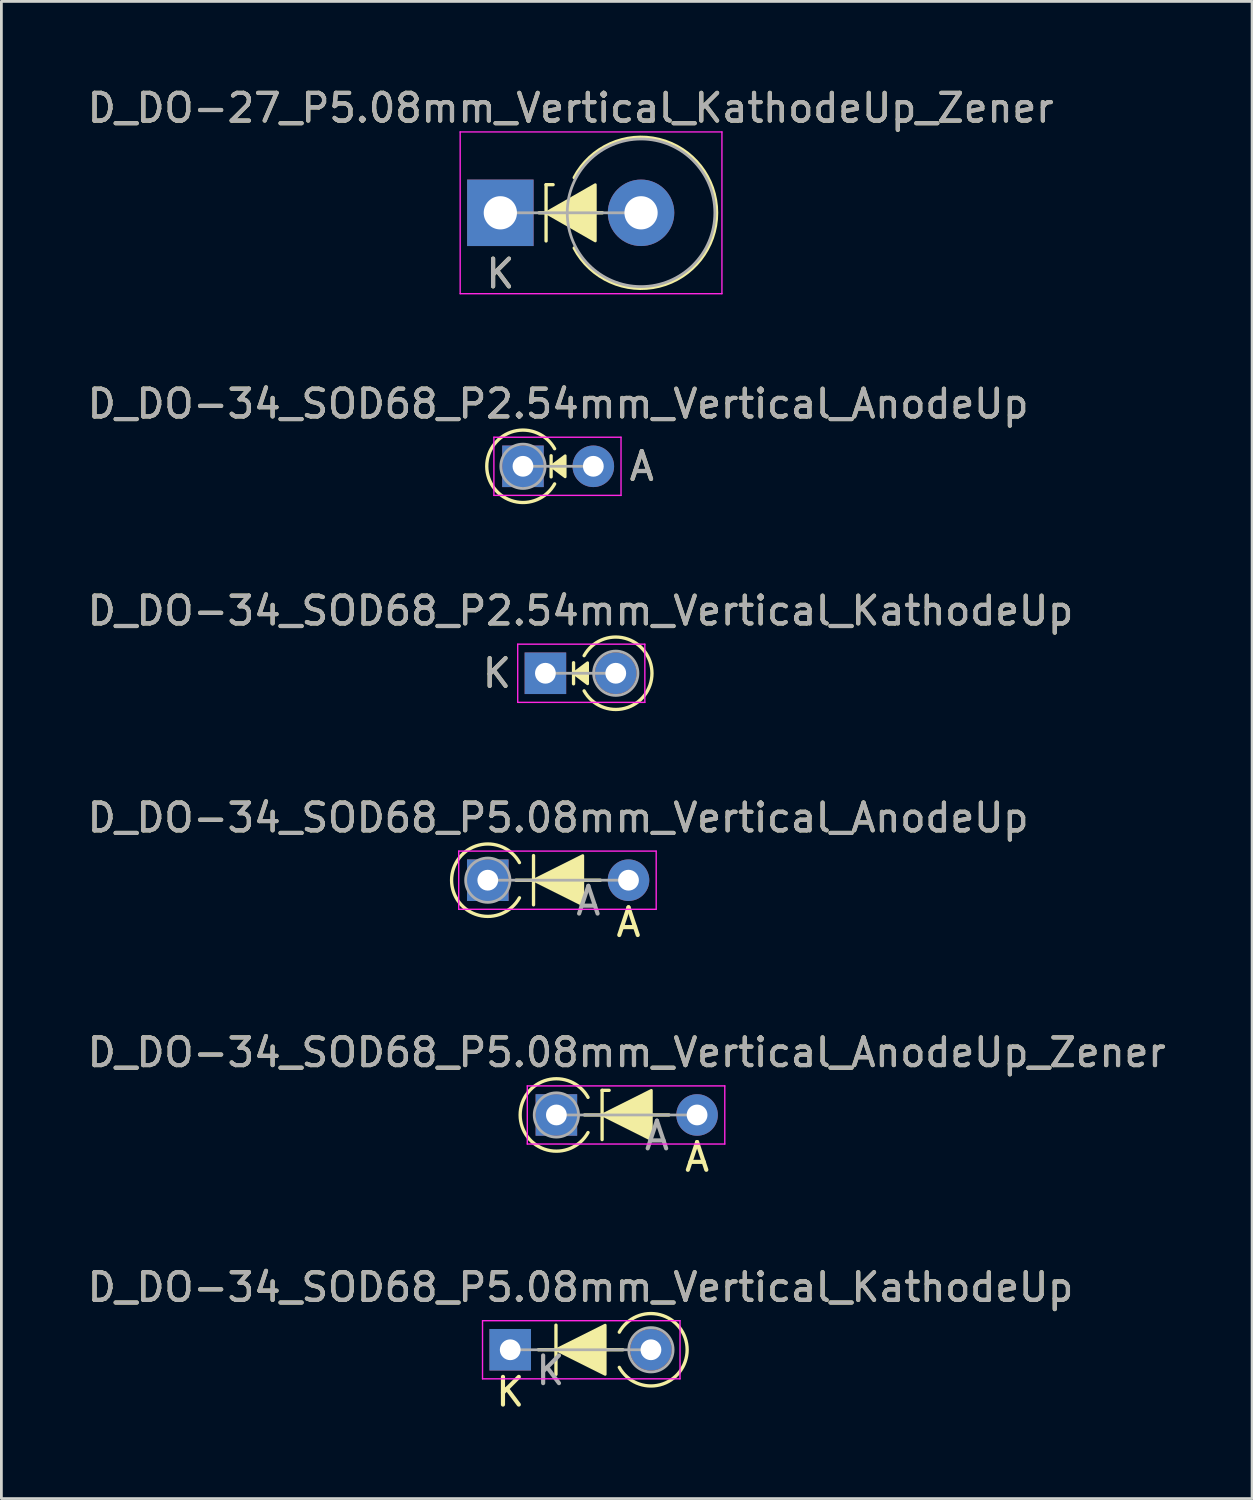
<source format=kicad_pcb>
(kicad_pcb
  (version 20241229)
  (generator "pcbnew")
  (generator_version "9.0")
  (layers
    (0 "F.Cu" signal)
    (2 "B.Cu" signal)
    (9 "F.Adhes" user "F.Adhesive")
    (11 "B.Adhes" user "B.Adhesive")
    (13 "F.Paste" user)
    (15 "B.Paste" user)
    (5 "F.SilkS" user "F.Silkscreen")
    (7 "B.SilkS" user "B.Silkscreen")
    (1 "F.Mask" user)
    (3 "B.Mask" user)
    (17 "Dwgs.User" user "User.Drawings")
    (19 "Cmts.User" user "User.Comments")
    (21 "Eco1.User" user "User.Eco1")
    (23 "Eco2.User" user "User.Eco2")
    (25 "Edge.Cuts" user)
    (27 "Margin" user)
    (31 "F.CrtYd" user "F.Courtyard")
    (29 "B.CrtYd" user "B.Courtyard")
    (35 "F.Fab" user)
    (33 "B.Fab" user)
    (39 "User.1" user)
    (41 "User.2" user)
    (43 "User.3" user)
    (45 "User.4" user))
  (footprint "D_DO-34_SOD68_P5.08mm_Vertical_AnodeUp"
    (layer "F.Cu")
    (at 14.561 28.728)
    (property "Reference" "D_DO-34_SOD68_P5.08mm_Vertical_AnodeUp" (at 2.54 -2.256 0) (layer "F.SilkS") (effects (font (size 1 1) (thickness 0.15))))
    (attr through_hole)
    (fp_line (start 1.651 0.889) (end 1.651 -0.889) (stroke (width 0.12) (type solid)) (layer "F.SilkS"))
    (fp_line (start 4.064 0) (end 1.016 0) (stroke (width 0.12) (type solid)) (layer "F.SilkS"))
    (fp_arc (start 1.142999 0.635) (mid -1.307544 0) (end 1.142999 -0.634999) (stroke (width 0.12) (type solid)) (layer "F.SilkS"))
    (fp_poly (pts (xy 3.429 0.889) (xy 1.651 0) (xy 3.429 -0.889)) (stroke (width 0.1) (type solid)) (fill yes) (layer "F.SilkS"))
    (fp_line (start -1.05 -1.05) (end -1.05 1.05) (stroke (width 0.05) (type solid)) (layer "F.CrtYd"))
    (fp_line (start -1.05 1.05) (end 6.08 1.05) (stroke (width 0.05) (type solid)) (layer "F.CrtYd"))
    (fp_line (start 6.08 -1.05) (end -1.05 -1.05) (stroke (width 0.05) (type solid)) (layer "F.CrtYd"))
    (fp_line (start 6.08 1.05) (end 6.08 -1.05) (stroke (width 0.05) (type solid)) (layer "F.CrtYd"))
    (fp_line (start 0 0) (end 5.08 0) (stroke (width 0.1) (type solid)) (layer "F.Fab"))
    (fp_circle (center 0 0) (end 0.8 0) (stroke (width 0.1) (type solid)) (fill no) (layer "F.Fab"))
    (fp_text user "A" (at 5.08 1.524 0) (layer "F.SilkS") (effects (font (size 1 1) (thickness 0.15))))
    (fp_text user "${REFERENCE}" (at 2.54 -2.256 0) (layer "F.Fab") (effects (font (size 1 1) (thickness 0.15))))
    (fp_text user "A" (at 3.63 0.75 0) (layer "F.Fab") (effects (font (size 1 1) (thickness 0.15))))
    (pad "1" thru_hole rect (at 0 0) (size 1.5 1.5) (drill 0.75) (layers "*.Cu" "*.Mask"))
    (pad "2" thru_hole oval (at 5.08 0) (size 1.5 1.5) (drill 0.75) (layers "*.Cu" "*.Mask")))
  (footprint "D_DO-27_P5.08mm_Vertical_KathodeUp_Zener"
    (layer "F.Cu")
    (at 15.014 4.633)
    (property "Reference" "D_DO-27_P5.08mm_Vertical_KathodeUp_Zener" (at 2.54 -3.785 0) (layer "F.SilkS") (effects (font (size 1 1) (thickness 0.15))))
    (attr through_hole)
    (fp_line (start 1.397 0) (end 3.683 0) (stroke (width 0.12) (type solid)) (layer "F.SilkS"))
    (fp_line (start 1.651 -1.016) (end 1.651 1.016) (stroke (width 0.12) (type solid)) (layer "F.SilkS"))
    (fp_line (start 1.651 -1.016) (end 1.905 -1.016) (stroke (width 0.12) (type solid)) (layer "F.SilkS"))
    (fp_arc (start 2.667001 -1.27) (mid 7.806805 0) (end 2.667001 1.269999) (stroke (width 0.12) (type solid)) (layer "F.SilkS"))
    (fp_poly (pts (xy 3.429 1.016) (xy 1.651 0) (xy 3.429 -1.016)) (stroke (width 0.1) (type solid)) (fill yes) (layer "F.SilkS"))
    (fp_line (start -1.45 -2.92) (end -1.45 2.92) (stroke (width 0.05) (type solid)) (layer "F.CrtYd"))
    (fp_line (start -1.45 2.92) (end 8 2.92) (stroke (width 0.05) (type solid)) (layer "F.CrtYd"))
    (fp_line (start 8 -2.92) (end -1.45 -2.92) (stroke (width 0.05) (type solid)) (layer "F.CrtYd"))
    (fp_line (start 8 2.92) (end 8 -2.92) (stroke (width 0.05) (type solid)) (layer "F.CrtYd"))
    (fp_line (start 0 0) (end 5.08 0) (stroke (width 0.1) (type solid)) (layer "F.Fab"))
    (fp_circle (center 5.08 0) (end 7.745 0) (stroke (width 0.1) (type solid)) (fill no) (layer "F.Fab"))
    (fp_text user "K" (at 0 2.2 0) (layer "F.SilkS") (effects (font (size 1 1) (thickness 0.15))))
    (fp_text user "${REFERENCE}" (at 2.54 -3.785 0) (layer "F.Fab") (effects (font (size 1 1) (thickness 0.15))))
    (fp_text user "K" (at 0 2.2 0) (layer "F.Fab") (effects (font (size 1 1) (thickness 0.15))))
    (pad "1" thru_hole rect (at 0 0) (size 2.4 2.4) (drill 1.2) (layers "*.Cu" "*.Mask"))
    (pad "2" thru_hole oval (at 5.08 0) (size 2.4 2.4) (drill 1.2) (layers "*.Cu" "*.Mask")))
  (footprint "D_DO-34_SOD68_P5.08mm_Vertical_AnodeUp_Zener"
    (layer "F.Cu")
    (at 17.037 37.204)
    (property "Reference" "D_DO-34_SOD68_P5.08mm_Vertical_AnodeUp_Zener" (at 2.54 -2.256 0) (layer "F.SilkS") (effects (font (size 1 1) (thickness 0.15))))
    (attr through_hole)
    (fp_line (start 1.651 -0.889) (end 1.905 -0.889) (stroke (width 0.12) (type solid)) (layer "F.SilkS"))
    (fp_line (start 1.651 0.889) (end 1.651 -0.889) (stroke (width 0.12) (type solid)) (layer "F.SilkS"))
    (fp_line (start 4.064 0) (end 1.016 0) (stroke (width 0.12) (type solid)) (layer "F.SilkS"))
    (fp_arc (start 1.142999 0.635) (mid -1.307544 0) (end 1.142999 -0.634999) (stroke (width 0.12) (type solid)) (layer "F.SilkS"))
    (fp_poly (pts (xy 3.429 0.889) (xy 1.651 0) (xy 3.429 -0.889)) (stroke (width 0.1) (type solid)) (fill yes) (layer "F.SilkS"))
    (fp_line (start -1.05 -1.05) (end -1.05 1.05) (stroke (width 0.05) (type solid)) (layer "F.CrtYd"))
    (fp_line (start -1.05 1.05) (end 6.08 1.05) (stroke (width 0.05) (type solid)) (layer "F.CrtYd"))
    (fp_line (start 6.08 -1.05) (end -1.05 -1.05) (stroke (width 0.05) (type solid)) (layer "F.CrtYd"))
    (fp_line (start 6.08 1.05) (end 6.08 -1.05) (stroke (width 0.05) (type solid)) (layer "F.CrtYd"))
    (fp_line (start 0 0) (end 5.08 0) (stroke (width 0.1) (type solid)) (layer "F.Fab"))
    (fp_circle (center 0 0) (end 0.8 0) (stroke (width 0.1) (type solid)) (fill no) (layer "F.Fab"))
    (fp_text user "A" (at 5.08 1.524 0) (layer "F.SilkS") (effects (font (size 1 1) (thickness 0.15))))
    (fp_text user "A" (at 3.63 0.75 0) (layer "F.Fab") (effects (font (size 1 1) (thickness 0.15))))
    (fp_text user "${REFERENCE}" (at 2.54 -2.256 0) (layer "F.Fab") (effects (font (size 1 1) (thickness 0.15))))
    (pad "1" thru_hole rect (at 0 0) (size 1.5 1.5) (drill 0.75) (layers "*.Cu" "*.Mask"))
    (pad "2" thru_hole oval (at 5.08 0) (size 1.5 1.5) (drill 0.75) (layers "*.Cu" "*.Mask")))
  (footprint "D_DO-34_SOD68_P2.54mm_Vertical_KathodeUp"
    (layer "F.Cu")
    (at 16.641 21.257)
    (property "Reference" "D_DO-34_SOD68_P2.54mm_Vertical_KathodeUp" (at 1.27 -2.256 0) (layer "F.SilkS") (effects (font (size 1 1) (thickness 0.15))))
    (attr through_hole)
    (fp_line (start 1.016 -0.381) (end 1.016 0.381) (stroke (width 0.12) (type solid)) (layer "F.SilkS"))
    (fp_arc (start 1.397 -0.635) (mid 3.847543 0) (end 1.397 0.634999) (stroke (width 0.12) (type solid)) (layer "F.SilkS"))
    (fp_poly (pts (xy 1.524 0.381) (xy 1.016 0) (xy 1.524 -0.381)) (stroke (width 0.1) (type solid)) (fill yes) (layer "F.SilkS"))
    (fp_line (start -1 -1.05) (end -1 1.05) (stroke (width 0.05) (type solid)) (layer "F.CrtYd"))
    (fp_line (start -1 1.05) (end 3.59 1.05) (stroke (width 0.05) (type solid)) (layer "F.CrtYd"))
    (fp_line (start 3.59 -1.05) (end -1 -1.05) (stroke (width 0.05) (type solid)) (layer "F.CrtYd"))
    (fp_line (start 3.59 1.05) (end 3.59 -1.05) (stroke (width 0.05) (type solid)) (layer "F.CrtYd"))
    (fp_line (start 0 0) (end 2.54 0) (stroke (width 0.1) (type solid)) (layer "F.Fab"))
    (fp_circle (center 2.54 0) (end 3.34 0) (stroke (width 0.1) (type solid)) (fill no) (layer "F.Fab"))
    (fp_text user "K" (at -1.75 0 0) (layer "F.SilkS") (effects (font (size 1 1) (thickness 0.15))))
    (fp_text user "${REFERENCE}" (at 1.27 -2.256 0) (layer "F.Fab") (effects (font (size 1 1) (thickness 0.15))))
    (fp_text user "K" (at -1.75 0 0) (layer "F.Fab") (effects (font (size 1 1) (thickness 0.15))))
    (pad "1" thru_hole rect (at 0 0) (size 1.5 1.5) (drill 0.75) (layers "*.Cu" "*.Mask"))
    (pad "2" thru_hole oval (at 2.54 0) (size 1.5 1.5) (drill 0.75) (layers "*.Cu" "*.Mask")))
  (footprint "D_DO-34_SOD68_P5.08mm_Vertical_KathodeUp"
    (layer "F.Cu")
    (at 15.371 45.681)
    (property "Reference" "D_DO-34_SOD68_P5.08mm_Vertical_KathodeUp" (at 2.54 -2.256 0) (layer "F.SilkS") (effects (font (size 1 1) (thickness 0.15))))
    (attr through_hole)
    (fp_line (start 1.651 0.889) (end 1.651 -0.889) (stroke (width 0.12) (type solid)) (layer "F.SilkS"))
    (fp_line (start 4.064 0) (end 1.016 0) (stroke (width 0.12) (type solid)) (layer "F.SilkS"))
    (fp_arc (start 3.937 -0.634999) (mid 6.387543 0.000001) (end 3.937 0.635) (stroke (width 0.12) (type solid)) (layer "F.SilkS"))
    (fp_poly (pts (xy 3.429 0.889) (xy 1.651 0) (xy 3.429 -0.889)) (stroke (width 0.1) (type solid)) (fill yes) (layer "F.SilkS"))
    (fp_line (start -1 -1.05) (end -1 1.05) (stroke (width 0.05) (type solid)) (layer "F.CrtYd"))
    (fp_line (start -1 1.05) (end 6.13 1.05) (stroke (width 0.05) (type solid)) (layer "F.CrtYd"))
    (fp_line (start 6.13 -1.05) (end -1 -1.05) (stroke (width 0.05) (type solid)) (layer "F.CrtYd"))
    (fp_line (start 6.13 1.05) (end 6.13 -1.05) (stroke (width 0.05) (type solid)) (layer "F.CrtYd"))
    (fp_line (start 0 0) (end 5.08 0) (stroke (width 0.1) (type solid)) (layer "F.Fab"))
    (fp_circle (center 5.08 0) (end 5.88 0) (stroke (width 0.1) (type solid)) (fill no) (layer "F.Fab"))
    (fp_text user "K" (at 0 1.524 0) (layer "F.SilkS") (effects (font (size 1 1) (thickness 0.15))))
    (fp_text user "K" (at 1.45 0.75 0) (layer "F.Fab") (effects (font (size 1 1) (thickness 0.15))))
    (fp_text user "${REFERENCE}" (at 2.54 -2.256 0) (layer "F.Fab") (effects (font (size 1 1) (thickness 0.15))))
    (pad "1" thru_hole rect (at 0 0) (size 1.5 1.5) (drill 0.75) (layers "*.Cu" "*.Mask"))
    (pad "2" thru_hole oval (at 5.08 0) (size 1.5 1.5) (drill 0.75) (layers "*.Cu" "*.Mask")))
  (footprint "D_DO-34_SOD68_P2.54mm_Vertical_AnodeUp"
    (layer "F.Cu")
    (at 15.831 13.785)
    (property "Reference" "D_DO-34_SOD68_P2.54mm_Vertical_AnodeUp" (at 1.27 -2.256 0) (layer "F.SilkS") (effects (font (size 1 1) (thickness 0.15))))
    (attr through_hole)
    (fp_line (start 1.016 -0.381) (end 1.016 0.381) (stroke (width 0.12) (type solid)) (layer "F.SilkS"))
    (fp_arc (start 1.142999 0.635) (mid -1.307544 0) (end 1.142999 -0.634999) (stroke (width 0.12) (type solid)) (layer "F.SilkS"))
    (fp_poly (pts (xy 1.524 0.381) (xy 1.016 0) (xy 1.524 -0.381)) (stroke (width 0.1) (type solid)) (fill yes) (layer "F.SilkS"))
    (fp_line (start -1.05 -1.05) (end -1.05 1.05) (stroke (width 0.05) (type solid)) (layer "F.CrtYd"))
    (fp_line (start -1.05 1.05) (end 3.54 1.05) (stroke (width 0.05) (type solid)) (layer "F.CrtYd"))
    (fp_line (start 3.54 -1.05) (end -1.05 -1.05) (stroke (width 0.05) (type solid)) (layer "F.CrtYd"))
    (fp_line (start 3.54 1.05) (end 3.54 -1.05) (stroke (width 0.05) (type solid)) (layer "F.CrtYd"))
    (fp_line (start 0 0) (end 2.54 0) (stroke (width 0.1) (type solid)) (layer "F.Fab"))
    (fp_circle (center 0 0) (end 0.8 0) (stroke (width 0.1) (type solid)) (fill no) (layer "F.Fab"))
    (fp_text user "A" (at 4.29 0 0) (layer "F.SilkS") (effects (font (size 1 1) (thickness 0.15))))
    (fp_text user "A" (at 4.29 0 0) (layer "F.Fab") (effects (font (size 1 1) (thickness 0.15))))
    (fp_text user "${REFERENCE}" (at 1.27 -2.256 0) (layer "F.Fab") (effects (font (size 1 1) (thickness 0.15))))
    (pad "1" thru_hole rect (at 0 0) (size 1.5 1.5) (drill 0.75) (layers "*.Cu" "*.Mask"))
    (pad "2" thru_hole oval (at 2.54 0) (size 1.5 1.5) (drill 0.75) (layers "*.Cu" "*.Mask")))
  (gr_rect
    (start -3 -3)
    (end 42.155 51.053)
    (stroke (width 0.1) (type default))
    (fill no)
    (layer "Edge.Cuts")))
</source>
